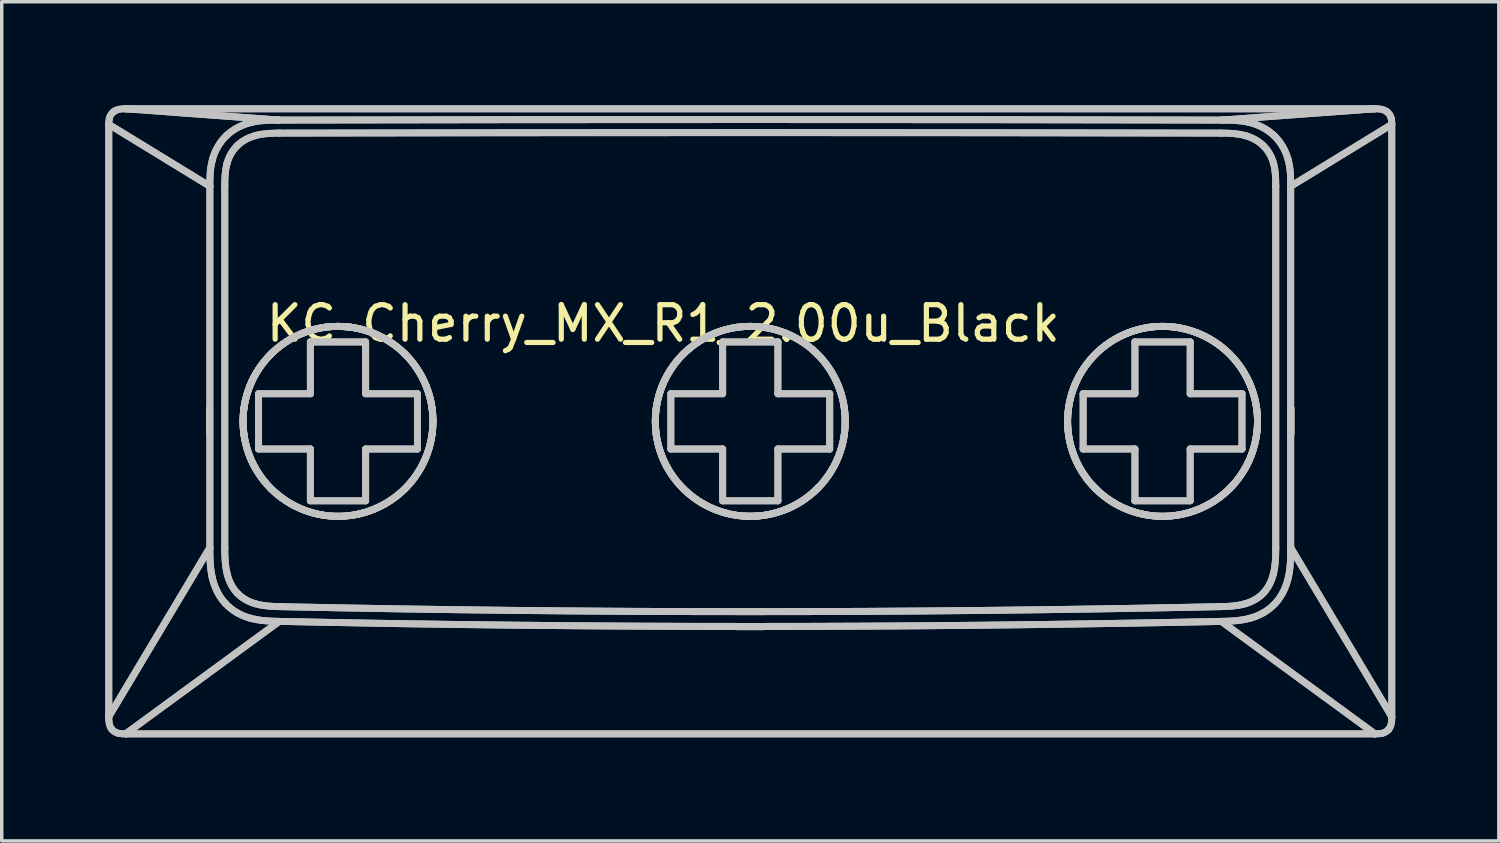
<source format=kicad_pcb>
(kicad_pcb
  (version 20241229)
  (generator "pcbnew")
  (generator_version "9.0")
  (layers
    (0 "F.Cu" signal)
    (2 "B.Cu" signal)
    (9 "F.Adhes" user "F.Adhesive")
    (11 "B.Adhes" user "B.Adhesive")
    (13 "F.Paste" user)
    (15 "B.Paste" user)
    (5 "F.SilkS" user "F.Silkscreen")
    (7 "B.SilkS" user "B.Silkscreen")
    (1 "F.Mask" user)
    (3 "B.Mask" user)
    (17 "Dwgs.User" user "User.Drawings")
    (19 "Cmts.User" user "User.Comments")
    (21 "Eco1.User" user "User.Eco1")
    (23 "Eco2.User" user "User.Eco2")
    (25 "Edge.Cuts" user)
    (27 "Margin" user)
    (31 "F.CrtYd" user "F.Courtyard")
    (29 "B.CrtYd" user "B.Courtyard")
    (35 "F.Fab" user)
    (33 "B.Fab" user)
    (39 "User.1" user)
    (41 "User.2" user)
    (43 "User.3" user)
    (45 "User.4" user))
  (footprint "KC_Cherry_MX_R1_2.00u_Black"
    (layer "F.Cu")
    (at 18.695 9.111)
    (property "Reference" "KC_Cherry_MX_R1_2.00u_Black" (at -2.54 -2.794 0) (layer "F.SilkS") (effects (font (size 1 1) (thickness 0.15))))
    (attr allow_missing_courtyard)
    (fp_line (start -18.595 -8.559) (end -15.668 -6.767) (stroke (width 0.2) (type default)) (layer "Dwgs.User"))
    (fp_line (start -18.595 -8.559) (end -15.668 -6.767) (stroke (width 0.2) (type default)) (layer "Dwgs.User"))
    (fp_line (start -18.595 8.592) (end -18.595 -8.559) (stroke (width 0.2) (type default)) (layer "Dwgs.User"))
    (fp_line (start -18.595 8.592) (end -18.595 -8.559) (stroke (width 0.2) (type default)) (layer "Dwgs.User"))
    (fp_line (start -18.595 8.592) (end -15.668 3.695) (stroke (width 0.2) (type default)) (layer "Dwgs.User"))
    (fp_line (start -18.595 8.592) (end -15.668 3.695) (stroke (width 0.2) (type default)) (layer "Dwgs.User"))
    (fp_line (start -18.107 9.089) (end -13.659 5.832) (stroke (width 0.2) (type default)) (layer "Dwgs.User"))
    (fp_line (start -18.107 9.089) (end -13.659 5.832) (stroke (width 0.2) (type default)) (layer "Dwgs.User"))
    (fp_line (start -18.102 -9.011) (end -13.668 -8.684) (stroke (width 0.2) (type default)) (layer "Dwgs.User"))
    (fp_line (start -18.102 -9.011) (end -13.668 -8.684) (stroke (width 0.2) (type default)) (layer "Dwgs.User"))
    (fp_line (start -18.102 -9.011) (end 18.062 -9.011) (stroke (width 0.2) (type default)) (layer "Dwgs.User"))
    (fp_line (start -18.102 -9.011) (end 18.062 -9.011) (stroke (width 0.2) (type default)) (layer "Dwgs.User"))
    (fp_line (start -15.676 0.413) (end -15.676 -0.337) (stroke (width 0.2) (type default)) (layer "Dwgs.User"))
    (fp_line (start -15.676 0.413) (end -15.676 -0.337) (stroke (width 0.2) (type default)) (layer "Dwgs.User"))
    (fp_line (start -15.668 -6.767) (end -15.668 3.695) (stroke (width 0.2) (type default)) (layer "Dwgs.User"))
    (fp_line (start -15.668 -6.767) (end -15.668 3.695) (stroke (width 0.2) (type default)) (layer "Dwgs.User"))
    (fp_line (start -15.236 -6.767) (end -15.236 3.695) (stroke (width 0.2) (type default)) (layer "Dwgs.User"))
    (fp_line (start -15.236 -6.767) (end -15.236 3.695) (stroke (width 0.2) (type default)) (layer "Dwgs.User"))
    (fp_line (start -14.258 -0.76) (end -12.758 -0.76) (stroke (width 0.2) (type default)) (layer "Dwgs.User"))
    (fp_line (start -14.258 -0.76) (end -12.758 -0.76) (stroke (width 0.2) (type default)) (layer "Dwgs.User"))
    (fp_line (start -14.258 0.84) (end -14.258 -0.76) (stroke (width 0.2) (type default)) (layer "Dwgs.User"))
    (fp_line (start -14.258 0.84) (end -14.258 -0.76) (stroke (width 0.2) (type default)) (layer "Dwgs.User"))
    (fp_line (start -12.758 -2.26) (end -11.158 -2.26) (stroke (width 0.2) (type default)) (layer "Dwgs.User"))
    (fp_line (start -12.758 -2.26) (end -11.158 -2.26) (stroke (width 0.2) (type default)) (layer "Dwgs.User"))
    (fp_line (start -12.758 -0.76) (end -12.758 -2.26) (stroke (width 0.2) (type default)) (layer "Dwgs.User"))
    (fp_line (start -12.758 -0.76) (end -12.758 -2.26) (stroke (width 0.2) (type default)) (layer "Dwgs.User"))
    (fp_line (start -12.758 0.84) (end -14.258 0.84) (stroke (width 0.2) (type default)) (layer "Dwgs.User"))
    (fp_line (start -12.758 0.84) (end -14.258 0.84) (stroke (width 0.2) (type default)) (layer "Dwgs.User"))
    (fp_line (start -12.758 2.34) (end -12.758 0.84) (stroke (width 0.2) (type default)) (layer "Dwgs.User"))
    (fp_line (start -12.758 2.34) (end -12.758 0.84) (stroke (width 0.2) (type default)) (layer "Dwgs.User"))
    (fp_line (start -11.583 -2.685) (end -11.958 -2.711) (stroke (width 0.2) (type default)) (layer "Dwgs.User"))
    (fp_line (start -11.583 2.764) (end -11.376 2.727) (stroke (width 0.2) (type default)) (layer "Dwgs.User"))
    (fp_line (start -11.583 2.764) (end -11.376 2.727) (stroke (width 0.2) (type default)) (layer "Dwgs.User"))
    (fp_line (start -11.158 -2.26) (end -11.158 -0.76) (stroke (width 0.2) (type default)) (layer "Dwgs.User"))
    (fp_line (start -11.158 -2.26) (end -11.158 -0.76) (stroke (width 0.2) (type default)) (layer "Dwgs.User"))
    (fp_line (start -11.158 -0.76) (end -9.658 -0.76) (stroke (width 0.2) (type default)) (layer "Dwgs.User"))
    (fp_line (start -11.158 -0.76) (end -9.658 -0.76) (stroke (width 0.2) (type default)) (layer "Dwgs.User"))
    (fp_line (start -11.158 0.84) (end -11.158 2.34) (stroke (width 0.2) (type default)) (layer "Dwgs.User"))
    (fp_line (start -11.158 0.84) (end -11.158 2.34) (stroke (width 0.2) (type default)) (layer "Dwgs.User"))
    (fp_line (start -11.158 2.34) (end -12.758 2.34) (stroke (width 0.2) (type default)) (layer "Dwgs.User"))
    (fp_line (start -11.158 2.34) (end -12.758 2.34) (stroke (width 0.2) (type default)) (layer "Dwgs.User"))
    (fp_line (start -9.658 -0.76) (end -9.658 0.84) (stroke (width 0.2) (type default)) (layer "Dwgs.User"))
    (fp_line (start -9.658 -0.76) (end -9.658 0.84) (stroke (width 0.2) (type default)) (layer "Dwgs.User"))
    (fp_line (start -9.658 0.84) (end -11.158 0.84) (stroke (width 0.2) (type default)) (layer "Dwgs.User"))
    (fp_line (start -9.658 0.84) (end -11.158 0.84) (stroke (width 0.2) (type default)) (layer "Dwgs.User"))
    (fp_line (start -2.32 -0.76) (end -0.82 -0.76) (stroke (width 0.2) (type default)) (layer "Dwgs.User"))
    (fp_line (start -2.32 -0.76) (end -0.82 -0.76) (stroke (width 0.2) (type default)) (layer "Dwgs.User"))
    (fp_line (start -2.32 0.84) (end -2.32 -0.76) (stroke (width 0.2) (type default)) (layer "Dwgs.User"))
    (fp_line (start -2.32 0.84) (end -2.32 -0.76) (stroke (width 0.2) (type default)) (layer "Dwgs.User"))
    (fp_line (start -0.82 -2.26) (end 0.78 -2.26) (stroke (width 0.2) (type default)) (layer "Dwgs.User"))
    (fp_line (start -0.82 -2.26) (end 0.78 -2.26) (stroke (width 0.2) (type default)) (layer "Dwgs.User"))
    (fp_line (start -0.82 -0.76) (end -0.82 -2.26) (stroke (width 0.2) (type default)) (layer "Dwgs.User"))
    (fp_line (start -0.82 -0.76) (end -0.82 -2.26) (stroke (width 0.2) (type default)) (layer "Dwgs.User"))
    (fp_line (start -0.82 0.84) (end -2.32 0.84) (stroke (width 0.2) (type default)) (layer "Dwgs.User"))
    (fp_line (start -0.82 0.84) (end -2.32 0.84) (stroke (width 0.2) (type default)) (layer "Dwgs.User"))
    (fp_line (start -0.82 2.34) (end -0.82 0.84) (stroke (width 0.2) (type default)) (layer "Dwgs.User"))
    (fp_line (start -0.82 2.34) (end -0.82 0.84) (stroke (width 0.2) (type default)) (layer "Dwgs.User"))
    (fp_line (start -0.395 2.764) (end -0.02 2.789) (stroke (width 0.2) (type default)) (layer "Dwgs.User"))
    (fp_line (start -0.395 5.986) (end 0.355 5.986) (stroke (width 0.2) (type default)) (layer "Dwgs.User"))
    (fp_line (start -0.395 5.986) (end 0.355 5.986) (stroke (width 0.2) (type default)) (layer "Dwgs.User"))
    (fp_line (start -0.02 2.789) (end 0.355 2.764) (stroke (width 0.2) (type default)) (layer "Dwgs.User"))
    (fp_line (start 0.78 -2.26) (end 0.78 -0.76) (stroke (width 0.2) (type default)) (layer "Dwgs.User"))
    (fp_line (start 0.78 -2.26) (end 0.78 -0.76) (stroke (width 0.2) (type default)) (layer "Dwgs.User"))
    (fp_line (start 0.78 -0.76) (end 2.28 -0.76) (stroke (width 0.2) (type default)) (layer "Dwgs.User"))
    (fp_line (start 0.78 -0.76) (end 2.28 -0.76) (stroke (width 0.2) (type default)) (layer "Dwgs.User"))
    (fp_line (start 0.78 0.84) (end 0.78 2.34) (stroke (width 0.2) (type default)) (layer "Dwgs.User"))
    (fp_line (start 0.78 0.84) (end 0.78 2.34) (stroke (width 0.2) (type default)) (layer "Dwgs.User"))
    (fp_line (start 0.78 2.34) (end -0.82 2.34) (stroke (width 0.2) (type default)) (layer "Dwgs.User"))
    (fp_line (start 0.78 2.34) (end -0.82 2.34) (stroke (width 0.2) (type default)) (layer "Dwgs.User"))
    (fp_line (start 2.28 -0.76) (end 2.28 0.84) (stroke (width 0.2) (type default)) (layer "Dwgs.User"))
    (fp_line (start 2.28 -0.76) (end 2.28 0.84) (stroke (width 0.2) (type default)) (layer "Dwgs.User"))
    (fp_line (start 2.28 0.84) (end 0.78 0.84) (stroke (width 0.2) (type default)) (layer "Dwgs.User"))
    (fp_line (start 2.28 0.84) (end 0.78 0.84) (stroke (width 0.2) (type default)) (layer "Dwgs.User"))
    (fp_line (start 9.618 -0.76) (end 11.118 -0.76) (stroke (width 0.2) (type default)) (layer "Dwgs.User"))
    (fp_line (start 9.618 -0.76) (end 11.118 -0.76) (stroke (width 0.2) (type default)) (layer "Dwgs.User"))
    (fp_line (start 9.618 0.84) (end 9.618 -0.76) (stroke (width 0.2) (type default)) (layer "Dwgs.User"))
    (fp_line (start 9.618 0.84) (end 9.618 -0.76) (stroke (width 0.2) (type default)) (layer "Dwgs.User"))
    (fp_line (start 11.118 -2.26) (end 12.718 -2.26) (stroke (width 0.2) (type default)) (layer "Dwgs.User"))
    (fp_line (start 11.118 -2.26) (end 12.718 -2.26) (stroke (width 0.2) (type default)) (layer "Dwgs.User"))
    (fp_line (start 11.118 -0.76) (end 11.118 -2.26) (stroke (width 0.2) (type default)) (layer "Dwgs.User"))
    (fp_line (start 11.118 -0.76) (end 11.118 -2.26) (stroke (width 0.2) (type default)) (layer "Dwgs.User"))
    (fp_line (start 11.118 0.84) (end 9.618 0.84) (stroke (width 0.2) (type default)) (layer "Dwgs.User"))
    (fp_line (start 11.118 0.84) (end 9.618 0.84) (stroke (width 0.2) (type default)) (layer "Dwgs.User"))
    (fp_line (start 11.118 2.34) (end 11.118 0.84) (stroke (width 0.2) (type default)) (layer "Dwgs.User"))
    (fp_line (start 11.118 2.34) (end 11.118 0.84) (stroke (width 0.2) (type default)) (layer "Dwgs.User"))
    (fp_line (start 12.718 -2.26) (end 12.718 -0.76) (stroke (width 0.2) (type default)) (layer "Dwgs.User"))
    (fp_line (start 12.718 -2.26) (end 12.718 -0.76) (stroke (width 0.2) (type default)) (layer "Dwgs.User"))
    (fp_line (start 12.718 -0.76) (end 14.218 -0.76) (stroke (width 0.2) (type default)) (layer "Dwgs.User"))
    (fp_line (start 12.718 -0.76) (end 14.218 -0.76) (stroke (width 0.2) (type default)) (layer "Dwgs.User"))
    (fp_line (start 12.718 0.84) (end 12.718 2.34) (stroke (width 0.2) (type default)) (layer "Dwgs.User"))
    (fp_line (start 12.718 0.84) (end 12.718 2.34) (stroke (width 0.2) (type default)) (layer "Dwgs.User"))
    (fp_line (start 12.718 2.34) (end 11.118 2.34) (stroke (width 0.2) (type default)) (layer "Dwgs.User"))
    (fp_line (start 12.718 2.34) (end 11.118 2.34) (stroke (width 0.2) (type default)) (layer "Dwgs.User"))
    (fp_line (start 13.628 -8.684) (end 18.062 -9.011) (stroke (width 0.2) (type default)) (layer "Dwgs.User"))
    (fp_line (start 13.628 -8.684) (end 18.062 -9.011) (stroke (width 0.2) (type default)) (layer "Dwgs.User"))
    (fp_line (start 14.218 -0.76) (end 14.218 0.84) (stroke (width 0.2) (type default)) (layer "Dwgs.User"))
    (fp_line (start 14.218 -0.76) (end 14.218 0.84) (stroke (width 0.2) (type default)) (layer "Dwgs.User"))
    (fp_line (start 14.218 0.84) (end 12.718 0.84) (stroke (width 0.2) (type default)) (layer "Dwgs.User"))
    (fp_line (start 14.218 0.84) (end 12.718 0.84) (stroke (width 0.2) (type default)) (layer "Dwgs.User"))
    (fp_line (start 15.196 3.695) (end 15.196 -6.767) (stroke (width 0.2) (type default)) (layer "Dwgs.User"))
    (fp_line (start 15.196 3.695) (end 15.196 -6.767) (stroke (width 0.2) (type default)) (layer "Dwgs.User"))
    (fp_line (start 15.628 -6.767) (end 18.555 -8.559) (stroke (width 0.2) (type default)) (layer "Dwgs.User"))
    (fp_line (start 15.628 -6.767) (end 18.555 -8.559) (stroke (width 0.2) (type default)) (layer "Dwgs.User"))
    (fp_line (start 15.628 3.695) (end 15.628 -6.767) (stroke (width 0.2) (type default)) (layer "Dwgs.User"))
    (fp_line (start 15.628 3.695) (end 15.628 -6.767) (stroke (width 0.2) (type default)) (layer "Dwgs.User"))
    (fp_line (start 15.636 0.413) (end 15.636 -0.337) (stroke (width 0.2) (type default)) (layer "Dwgs.User"))
    (fp_line (start 15.636 0.413) (end 15.636 -0.337) (stroke (width 0.2) (type default)) (layer "Dwgs.User"))
    (fp_line (start 18.067 9.089) (end -18.107 9.089) (stroke (width 0.2) (type default)) (layer "Dwgs.User"))
    (fp_line (start 18.067 9.089) (end -18.107 9.089) (stroke (width 0.2) (type default)) (layer "Dwgs.User"))
    (fp_line (start 18.067 9.089) (end 13.619 5.832) (stroke (width 0.2) (type default)) (layer "Dwgs.User"))
    (fp_line (start 18.067 9.089) (end 13.619 5.832) (stroke (width 0.2) (type default)) (layer "Dwgs.User"))
    (fp_line (start 18.555 -8.559) (end 18.555 8.592) (stroke (width 0.2) (type default)) (layer "Dwgs.User"))
    (fp_line (start 18.555 -8.559) (end 18.555 8.592) (stroke (width 0.2) (type default)) (layer "Dwgs.User"))
    (fp_line (start 18.555 8.592) (end 15.628 3.695) (stroke (width 0.2) (type default)) (layer "Dwgs.User"))
    (fp_line (start 18.555 8.592) (end 15.628 3.695) (stroke (width 0.2) (type default)) (layer "Dwgs.User"))
    (fp_curve (pts (xy -18.595 -8.559) (xy -18.597 -8.618) (xy -18.592 -8.677) (xy -18.579 -8.735)) (stroke (width 0.2) (type default)) (layer "Dwgs.User"))
    (fp_curve (pts (xy -18.595 -8.559) (xy -18.597 -8.618) (xy -18.592 -8.677) (xy -18.579 -8.735)) (stroke (width 0.2) (type default)) (layer "Dwgs.User"))
    (fp_curve (pts (xy -18.579 -8.735) (xy -18.561 -8.808) (xy -18.522 -8.869) (xy -18.465 -8.917)) (stroke (width 0.2) (type default)) (layer "Dwgs.User"))
    (fp_curve (pts (xy -18.579 -8.735) (xy -18.561 -8.808) (xy -18.522 -8.869) (xy -18.465 -8.917)) (stroke (width 0.2) (type default)) (layer "Dwgs.User"))
    (fp_curve (pts (xy -18.501 8.963) (xy -18.589 8.861) (xy -18.597 8.72) (xy -18.595 8.592)) (stroke (width 0.2) (type default)) (layer "Dwgs.User"))
    (fp_curve (pts (xy -18.501 8.963) (xy -18.589 8.861) (xy -18.597 8.72) (xy -18.595 8.592)) (stroke (width 0.2) (type default)) (layer "Dwgs.User"))
    (fp_curve (pts (xy -18.465 -8.917) (xy -18.365 -9.001) (xy -18.228 -9.014) (xy -18.102 -9.011)) (stroke (width 0.2) (type default)) (layer "Dwgs.User"))
    (fp_curve (pts (xy -18.465 -8.917) (xy -18.365 -9.001) (xy -18.228 -9.014) (xy -18.102 -9.011)) (stroke (width 0.2) (type default)) (layer "Dwgs.User"))
    (fp_curve (pts (xy -18.307 9.074) (xy -18.384 9.058) (xy -18.449 9.021) (xy -18.501 8.963)) (stroke (width 0.2) (type default)) (layer "Dwgs.User"))
    (fp_curve (pts (xy -18.307 9.074) (xy -18.384 9.058) (xy -18.449 9.021) (xy -18.501 8.963)) (stroke (width 0.2) (type default)) (layer "Dwgs.User"))
    (fp_curve (pts (xy -18.107 9.089) (xy -18.174 9.091) (xy -18.241 9.086) (xy -18.307 9.074)) (stroke (width 0.2) (type default)) (layer "Dwgs.User"))
    (fp_curve (pts (xy -18.107 9.089) (xy -18.174 9.091) (xy -18.241 9.086) (xy -18.307 9.074)) (stroke (width 0.2) (type default)) (layer "Dwgs.User"))
    (fp_curve (pts (xy -15.668 -6.767) (xy -15.668 -6.99) (xy -15.671 -7.257) (xy -15.592 -7.545)) (stroke (width 0.2) (type default)) (layer "Dwgs.User"))
    (fp_curve (pts (xy -15.668 -6.767) (xy -15.668 -6.99) (xy -15.671 -7.257) (xy -15.592 -7.545)) (stroke (width 0.2) (type default)) (layer "Dwgs.User"))
    (fp_curve (pts (xy -15.601 4.553) (xy -15.671 4.241) (xy -15.667 3.953) (xy -15.668 3.695)) (stroke (width 0.2) (type default)) (layer "Dwgs.User"))
    (fp_curve (pts (xy -15.601 4.553) (xy -15.671 4.241) (xy -15.667 3.953) (xy -15.668 3.695)) (stroke (width 0.2) (type default)) (layer "Dwgs.User"))
    (fp_curve (pts (xy -15.592 -7.545) (xy -15.526 -7.795) (xy -15.383 -8.053) (xy -15.18 -8.241)) (stroke (width 0.2) (type default)) (layer "Dwgs.User"))
    (fp_curve (pts (xy -15.592 -7.545) (xy -15.526 -7.795) (xy -15.383 -8.053) (xy -15.18 -8.241)) (stroke (width 0.2) (type default)) (layer "Dwgs.User"))
    (fp_curve (pts (xy -15.236 -6.767) (xy -15.236 -6.991) (xy -15.231 -7.218) (xy -15.17 -7.435)) (stroke (width 0.2) (type default)) (layer "Dwgs.User"))
    (fp_curve (pts (xy -15.236 -6.767) (xy -15.236 -6.991) (xy -15.231 -7.218) (xy -15.17 -7.435)) (stroke (width 0.2) (type default)) (layer "Dwgs.User"))
    (fp_curve (pts (xy -15.219 5.312) (xy -15.431 5.083) (xy -15.546 4.804) (xy -15.601 4.553)) (stroke (width 0.2) (type default)) (layer "Dwgs.User"))
    (fp_curve (pts (xy -15.219 5.312) (xy -15.431 5.083) (xy -15.546 4.804) (xy -15.601 4.553)) (stroke (width 0.2) (type default)) (layer "Dwgs.User"))
    (fp_curve (pts (xy -15.18 -8.241) (xy -14.971 -8.438) (xy -14.713 -8.557) (xy -14.468 -8.616)) (stroke (width 0.2) (type default)) (layer "Dwgs.User"))
    (fp_curve (pts (xy -15.18 -8.241) (xy -14.971 -8.438) (xy -14.713 -8.557) (xy -14.468 -8.616)) (stroke (width 0.2) (type default)) (layer "Dwgs.User"))
    (fp_curve (pts (xy -15.17 -7.435) (xy -15.118 -7.624) (xy -15.019 -7.801) (xy -14.879 -7.939)) (stroke (width 0.2) (type default)) (layer "Dwgs.User"))
    (fp_curve (pts (xy -15.17 -7.435) (xy -15.118 -7.624) (xy -15.019 -7.801) (xy -14.879 -7.939)) (stroke (width 0.2) (type default)) (layer "Dwgs.User"))
    (fp_curve (pts (xy -15.165 4.465) (xy -15.23 4.215) (xy -15.236 3.953) (xy -15.236 3.695)) (stroke (width 0.2) (type default)) (layer "Dwgs.User"))
    (fp_curve (pts (xy -15.165 4.465) (xy -15.23 4.215) (xy -15.236 3.953) (xy -15.236 3.695)) (stroke (width 0.2) (type default)) (layer "Dwgs.User"))
    (fp_curve (pts (xy -14.88 5.581) (xy -15.005 5.509) (xy -15.118 5.42) (xy -15.219 5.312)) (stroke (width 0.2) (type default)) (layer "Dwgs.User"))
    (fp_curve (pts (xy -14.88 5.581) (xy -15.005 5.509) (xy -15.118 5.42) (xy -15.219 5.312)) (stroke (width 0.2) (type default)) (layer "Dwgs.User"))
    (fp_curve (pts (xy -14.879 -7.939) (xy -14.735 -8.082) (xy -14.55 -8.18) (xy -14.354 -8.234)) (stroke (width 0.2) (type default)) (layer "Dwgs.User"))
    (fp_curve (pts (xy -14.879 -7.939) (xy -14.735 -8.082) (xy -14.55 -8.18) (xy -14.354 -8.234)) (stroke (width 0.2) (type default)) (layer "Dwgs.User"))
    (fp_curve (pts (xy -14.875 5.014) (xy -15.02 4.862) (xy -15.114 4.668) (xy -15.165 4.465)) (stroke (width 0.2) (type default)) (layer "Dwgs.User"))
    (fp_curve (pts (xy -14.875 5.014) (xy -15.02 4.862) (xy -15.114 4.668) (xy -15.165 4.465)) (stroke (width 0.2) (type default)) (layer "Dwgs.User"))
    (fp_curve (pts (xy -14.708 0.039) (xy -14.708 0.363) (xy -14.649 0.713) (xy -14.515 1.052)) (stroke (width 0.2) (type default)) (layer "Dwgs.User"))
    (fp_curve (pts (xy -14.708 0.039) (xy -14.708 0.363) (xy -14.649 0.713) (xy -14.515 1.052)) (stroke (width 0.2) (type default)) (layer "Dwgs.User"))
    (fp_curve (pts (xy -14.682 -0.337) (xy -14.716 -0.087) (xy -14.717 0.163) (xy -14.682 0.413)) (stroke (width 0.2) (type default)) (layer "Dwgs.User"))
    (fp_curve (pts (xy -14.682 -0.337) (xy -14.716 -0.087) (xy -14.717 0.163) (xy -14.682 0.413)) (stroke (width 0.2) (type default)) (layer "Dwgs.User"))
    (fp_curve (pts (xy -14.682 -0.337) (xy -14.638 -0.655) (xy -14.55 -0.903) (xy -14.462 -1.099)) (stroke (width 0.2) (type default)) (layer "Dwgs.User"))
    (fp_curve (pts (xy -14.682 -0.337) (xy -14.638 -0.655) (xy -14.55 -0.903) (xy -14.462 -1.099)) (stroke (width 0.2) (type default)) (layer "Dwgs.User"))
    (fp_curve (pts (xy -14.515 -0.973) (xy -14.649 -0.634) (xy -14.708 -0.284) (xy -14.708 0.039)) (stroke (width 0.2) (type default)) (layer "Dwgs.User"))
    (fp_curve (pts (xy -14.515 -0.973) (xy -14.649 -0.634) (xy -14.708 -0.284) (xy -14.708 0.039)) (stroke (width 0.2) (type default)) (layer "Dwgs.User"))
    (fp_curve (pts (xy -14.515 1.052) (xy -14.382 1.39) (xy -14.172 1.716) (xy -13.903 1.984)) (stroke (width 0.2) (type default)) (layer "Dwgs.User"))
    (fp_curve (pts (xy -14.515 1.052) (xy -14.382 1.39) (xy -14.172 1.716) (xy -13.903 1.984)) (stroke (width 0.2) (type default)) (layer "Dwgs.User"))
    (fp_curve (pts (xy -14.486 5.742) (xy -14.617 5.708) (xy -14.749 5.655) (xy -14.88 5.581)) (stroke (width 0.2) (type default)) (layer "Dwgs.User"))
    (fp_curve (pts (xy -14.486 5.742) (xy -14.617 5.708) (xy -14.749 5.655) (xy -14.88 5.581)) (stroke (width 0.2) (type default)) (layer "Dwgs.User"))
    (fp_curve (pts (xy -14.468 -8.616) (xy -14.177 -8.685) (xy -13.908 -8.683) (xy -13.668 -8.684)) (stroke (width 0.2) (type default)) (layer "Dwgs.User"))
    (fp_curve (pts (xy -14.468 -8.616) (xy -14.177 -8.685) (xy -13.908 -8.683) (xy -13.668 -8.684)) (stroke (width 0.2) (type default)) (layer "Dwgs.User"))
    (fp_curve (pts (xy -14.462 1.177) (xy -14.55 0.981) (xy -14.638 0.732) (xy -14.682 0.413)) (stroke (width 0.2) (type default)) (layer "Dwgs.User"))
    (fp_curve (pts (xy -14.462 1.177) (xy -14.55 0.981) (xy -14.638 0.732) (xy -14.682 0.413)) (stroke (width 0.2) (type default)) (layer "Dwgs.User"))
    (fp_curve (pts (xy -14.462 1.177) (xy -14.288 1.562) (xy -14.003 1.939) (xy -13.627 2.225)) (stroke (width 0.2) (type default)) (layer "Dwgs.User"))
    (fp_curve (pts (xy -14.462 1.177) (xy -14.288 1.562) (xy -14.003 1.939) (xy -13.627 2.225)) (stroke (width 0.2) (type default)) (layer "Dwgs.User"))
    (fp_curve (pts (xy -14.357 5.319) (xy -14.551 5.263) (xy -14.735 5.162) (xy -14.875 5.014)) (stroke (width 0.2) (type default)) (layer "Dwgs.User"))
    (fp_curve (pts (xy -14.357 5.319) (xy -14.551 5.263) (xy -14.735 5.162) (xy -14.875 5.014)) (stroke (width 0.2) (type default)) (layer "Dwgs.User"))
    (fp_curve (pts (xy -14.354 -8.234) (xy -14.123 -8.299) (xy -13.883 -8.306) (xy -13.644 -8.307)) (stroke (width 0.2) (type default)) (layer "Dwgs.User"))
    (fp_curve (pts (xy -14.354 -8.234) (xy -14.123 -8.299) (xy -13.883 -8.306) (xy -13.644 -8.307)) (stroke (width 0.2) (type default)) (layer "Dwgs.User"))
    (fp_curve (pts (xy -13.903 -1.905) (xy -14.172 -1.637) (xy -14.382 -1.311) (xy -14.515 -0.973)) (stroke (width 0.2) (type default)) (layer "Dwgs.User"))
    (fp_curve (pts (xy -13.903 -1.905) (xy -14.172 -1.637) (xy -14.382 -1.311) (xy -14.515 -0.973)) (stroke (width 0.2) (type default)) (layer "Dwgs.User"))
    (fp_curve (pts (xy -13.903 1.984) (xy -13.634 2.253) (xy -13.309 2.463) (xy -12.97 2.596)) (stroke (width 0.2) (type default)) (layer "Dwgs.User"))
    (fp_curve (pts (xy -13.903 1.984) (xy -13.634 2.253) (xy -13.309 2.463) (xy -12.97 2.596)) (stroke (width 0.2) (type default)) (layer "Dwgs.User"))
    (fp_curve (pts (xy -13.659 5.832) (xy -13.903 5.826) (xy -14.181 5.823) (xy -14.486 5.742)) (stroke (width 0.2) (type default)) (layer "Dwgs.User"))
    (fp_curve (pts (xy -13.659 5.832) (xy -13.903 5.826) (xy -14.181 5.823) (xy -14.486 5.742)) (stroke (width 0.2) (type default)) (layer "Dwgs.User"))
    (fp_curve (pts (xy -13.659 5.832) (xy -4.579 6.027) (xy 4.539 6.027) (xy 13.619 5.832)) (stroke (width 0.2) (type default)) (layer "Dwgs.User"))
    (fp_curve (pts (xy -13.659 5.832) (xy -4.579 6.027) (xy 4.539 6.027) (xy 13.619 5.832)) (stroke (width 0.2) (type default)) (layer "Dwgs.User"))
    (fp_curve (pts (xy -13.631 5.405) (xy -13.875 5.4) (xy -14.122 5.389) (xy -14.357 5.319)) (stroke (width 0.2) (type default)) (layer "Dwgs.User"))
    (fp_curve (pts (xy -13.631 5.405) (xy -13.875 5.4) (xy -14.122 5.389) (xy -14.357 5.319)) (stroke (width 0.2) (type default)) (layer "Dwgs.User"))
    (fp_curve (pts (xy -13.631 5.405) (xy -4.57 5.599) (xy 4.53 5.599) (xy 13.591 5.405)) (stroke (width 0.2) (type default)) (layer "Dwgs.User"))
    (fp_curve (pts (xy -13.631 5.405) (xy -4.57 5.599) (xy 4.53 5.599) (xy 13.591 5.405)) (stroke (width 0.2) (type default)) (layer "Dwgs.User"))
    (fp_curve (pts (xy -13.627 2.225) (xy -13.253 2.513) (xy -12.792 2.702) (xy -12.333 2.764)) (stroke (width 0.2) (type default)) (layer "Dwgs.User"))
    (fp_curve (pts (xy -13.627 2.225) (xy -13.253 2.513) (xy -12.792 2.702) (xy -12.333 2.764)) (stroke (width 0.2) (type default)) (layer "Dwgs.User"))
    (fp_curve (pts (xy -13.601 -2.166) (xy -13.981 -1.884) (xy -14.28 -1.502) (xy -14.462 -1.099)) (stroke (width 0.2) (type default)) (layer "Dwgs.User"))
    (fp_curve (pts (xy -13.601 -2.166) (xy -13.981 -1.884) (xy -14.28 -1.502) (xy -14.462 -1.099)) (stroke (width 0.2) (type default)) (layer "Dwgs.User"))
    (fp_curve (pts (xy -12.97 -2.518) (xy -13.309 -2.384) (xy -13.634 -2.174) (xy -13.903 -1.905)) (stroke (width 0.2) (type default)) (layer "Dwgs.User"))
    (fp_curve (pts (xy -12.97 -2.518) (xy -13.309 -2.384) (xy -13.634 -2.174) (xy -13.903 -1.905)) (stroke (width 0.2) (type default)) (layer "Dwgs.User"))
    (fp_curve (pts (xy -12.97 2.596) (xy -12.631 2.731) (xy -12.282 2.79) (xy -11.958 2.789)) (stroke (width 0.2) (type default)) (layer "Dwgs.User"))
    (fp_curve (pts (xy -12.97 2.596) (xy -12.631 2.731) (xy -12.282 2.79) (xy -11.958 2.789)) (stroke (width 0.2) (type default)) (layer "Dwgs.User"))
    (fp_curve (pts (xy -12.333 -2.685) (xy -12.771 -2.626) (xy -13.223 -2.449) (xy -13.601 -2.166)) (stroke (width 0.2) (type default)) (layer "Dwgs.User"))
    (fp_curve (pts (xy -12.333 -2.685) (xy -12.771 -2.626) (xy -13.223 -2.449) (xy -13.601 -2.166)) (stroke (width 0.2) (type default)) (layer "Dwgs.User"))
    (fp_curve (pts (xy -11.958 -2.711) (xy -12.282 -2.711) (xy -12.631 -2.652) (xy -12.97 -2.518)) (stroke (width 0.2) (type default)) (layer "Dwgs.User"))
    (fp_curve (pts (xy -11.958 -2.711) (xy -12.282 -2.711) (xy -12.631 -2.652) (xy -12.97 -2.518)) (stroke (width 0.2) (type default)) (layer "Dwgs.User"))
    (fp_curve (pts (xy -11.958 2.789) (xy -11.634 2.79) (xy -11.285 2.731) (xy -10.946 2.596)) (stroke (width 0.2) (type default)) (layer "Dwgs.User"))
    (fp_curve (pts (xy -11.958 2.789) (xy -11.634 2.79) (xy -11.285 2.731) (xy -10.946 2.596)) (stroke (width 0.2) (type default)) (layer "Dwgs.User"))
    (fp_curve (pts (xy -11.583 -2.685) (xy -11.833 -2.719) (xy -12.083 -2.719) (xy -12.333 -2.685)) (stroke (width 0.2) (type default)) (layer "Dwgs.User"))
    (fp_curve (pts (xy -11.583 -2.685) (xy -11.833 -2.719) (xy -12.083 -2.719) (xy -12.333 -2.685)) (stroke (width 0.2) (type default)) (layer "Dwgs.User"))
    (fp_curve (pts (xy -11.583 2.764) (xy -11.833 2.798) (xy -12.083 2.798) (xy -12.333 2.764)) (stroke (width 0.2) (type default)) (layer "Dwgs.User"))
    (fp_curve (pts (xy -11.583 2.764) (xy -11.833 2.798) (xy -12.083 2.798) (xy -12.333 2.764)) (stroke (width 0.2) (type default)) (layer "Dwgs.User"))
    (fp_curve (pts (xy -11.376 2.727) (xy -10.874 2.621) (xy -10.348 2.346) (xy -9.953 1.921)) (stroke (width 0.2) (type default)) (layer "Dwgs.User"))
    (fp_curve (pts (xy -11.376 2.727) (xy -10.874 2.621) (xy -10.348 2.346) (xy -9.953 1.921)) (stroke (width 0.2) (type default)) (layer "Dwgs.User"))
    (fp_curve (pts (xy -10.946 -2.518) (xy -11.285 -2.652) (xy -11.634 -2.711) (xy -11.958 -2.711)) (stroke (width 0.2) (type default)) (layer "Dwgs.User"))
    (fp_curve (pts (xy -10.946 -2.518) (xy -11.285 -2.652) (xy -11.634 -2.711) (xy -11.958 -2.711)) (stroke (width 0.2) (type default)) (layer "Dwgs.User"))
    (fp_curve (pts (xy -10.946 2.596) (xy -10.607 2.463) (xy -10.282 2.253) (xy -10.013 1.984)) (stroke (width 0.2) (type default)) (layer "Dwgs.User"))
    (fp_curve (pts (xy -10.946 2.596) (xy -10.607 2.463) (xy -10.282 2.253) (xy -10.013 1.984)) (stroke (width 0.2) (type default)) (layer "Dwgs.User"))
    (fp_curve (pts (xy -10.029 -1.921) (xy -10.468 -2.357) (xy -11.048 -2.615) (xy -11.583 -2.685)) (stroke (width 0.2) (type default)) (layer "Dwgs.User"))
    (fp_curve (pts (xy -10.029 -1.921) (xy -10.468 -2.357) (xy -11.048 -2.615) (xy -11.583 -2.685)) (stroke (width 0.2) (type default)) (layer "Dwgs.User"))
    (fp_curve (pts (xy -10.013 -1.905) (xy -10.282 -2.174) (xy -10.607 -2.384) (xy -10.946 -2.518)) (stroke (width 0.2) (type default)) (layer "Dwgs.User"))
    (fp_curve (pts (xy -10.013 -1.905) (xy -10.282 -2.174) (xy -10.607 -2.384) (xy -10.946 -2.518)) (stroke (width 0.2) (type default)) (layer "Dwgs.User"))
    (fp_curve (pts (xy -10.013 1.984) (xy -9.744 1.716) (xy -9.534 1.39) (xy -9.401 1.052)) (stroke (width 0.2) (type default)) (layer "Dwgs.User"))
    (fp_curve (pts (xy -10.013 1.984) (xy -9.744 1.716) (xy -9.534 1.39) (xy -9.401 1.052)) (stroke (width 0.2) (type default)) (layer "Dwgs.User"))
    (fp_curve (pts (xy -9.953 1.921) (xy -9.554 1.501) (xy -9.303 0.945) (xy -9.234 0.413)) (stroke (width 0.2) (type default)) (layer "Dwgs.User"))
    (fp_curve (pts (xy -9.953 1.921) (xy -9.554 1.501) (xy -9.303 0.945) (xy -9.234 0.413)) (stroke (width 0.2) (type default)) (layer "Dwgs.User"))
    (fp_curve (pts (xy -9.401 -0.973) (xy -9.534 -1.311) (xy -9.744 -1.637) (xy -10.013 -1.905)) (stroke (width 0.2) (type default)) (layer "Dwgs.User"))
    (fp_curve (pts (xy -9.401 -0.973) (xy -9.534 -1.311) (xy -9.744 -1.637) (xy -10.013 -1.905)) (stroke (width 0.2) (type default)) (layer "Dwgs.User"))
    (fp_curve (pts (xy -9.401 1.052) (xy -9.267 0.713) (xy -9.208 0.363) (xy -9.208 0.039)) (stroke (width 0.2) (type default)) (layer "Dwgs.User"))
    (fp_curve (pts (xy -9.401 1.052) (xy -9.267 0.713) (xy -9.208 0.363) (xy -9.208 0.039)) (stroke (width 0.2) (type default)) (layer "Dwgs.User"))
    (fp_curve (pts (xy -9.234 -0.337) (xy -9.307 -0.898) (xy -9.585 -1.489) (xy -10.029 -1.921)) (stroke (width 0.2) (type default)) (layer "Dwgs.User"))
    (fp_curve (pts (xy -9.234 -0.337) (xy -9.307 -0.898) (xy -9.585 -1.489) (xy -10.029 -1.921)) (stroke (width 0.2) (type default)) (layer "Dwgs.User"))
    (fp_curve (pts (xy -9.234 0.413) (xy -9.217 0.289) (xy -9.208 0.165) (xy -9.208 0.039)) (stroke (width 0.2) (type default)) (layer "Dwgs.User"))
    (fp_curve (pts (xy -9.234 0.413) (xy -9.217 0.289) (xy -9.208 0.165) (xy -9.208 0.039)) (stroke (width 0.2) (type default)) (layer "Dwgs.User"))
    (fp_curve (pts (xy -9.208 0.039) (xy -9.208 -0.284) (xy -9.267 -0.634) (xy -9.401 -0.973)) (stroke (width 0.2) (type default)) (layer "Dwgs.User"))
    (fp_curve (pts (xy -9.208 0.039) (xy -9.208 -0.284) (xy -9.267 -0.634) (xy -9.401 -0.973)) (stroke (width 0.2) (type default)) (layer "Dwgs.User"))
    (fp_curve (pts (xy -9.208 0.039) (xy -9.208 -0.087) (xy -9.217 -0.212) (xy -9.234 -0.337)) (stroke (width 0.2) (type default)) (layer "Dwgs.User"))
    (fp_curve (pts (xy -9.208 0.039) (xy -9.208 -0.087) (xy -9.217 -0.212) (xy -9.234 -0.337)) (stroke (width 0.2) (type default)) (layer "Dwgs.User"))
    (fp_curve (pts (xy -2.77 0.039) (xy -2.77 0.363) (xy -2.711 0.713) (xy -2.577 1.052)) (stroke (width 0.2) (type default)) (layer "Dwgs.User"))
    (fp_curve (pts (xy -2.77 0.039) (xy -2.77 0.363) (xy -2.711 0.713) (xy -2.577 1.052)) (stroke (width 0.2) (type default)) (layer "Dwgs.User"))
    (fp_curve (pts (xy -2.744 -0.337) (xy -2.778 -0.087) (xy -2.779 0.163) (xy -2.744 0.413)) (stroke (width 0.2) (type default)) (layer "Dwgs.User"))
    (fp_curve (pts (xy -2.744 -0.337) (xy -2.778 -0.087) (xy -2.779 0.163) (xy -2.744 0.413)) (stroke (width 0.2) (type default)) (layer "Dwgs.User"))
    (fp_curve (pts (xy -2.744 -0.337) (xy -2.724 -0.478) (xy -2.695 -0.615) (xy -2.655 -0.747)) (stroke (width 0.2) (type default)) (layer "Dwgs.User"))
    (fp_curve (pts (xy -2.744 -0.337) (xy -2.724 -0.478) (xy -2.695 -0.615) (xy -2.655 -0.747)) (stroke (width 0.2) (type default)) (layer "Dwgs.User"))
    (fp_curve (pts (xy -2.655 -0.747) (xy -2.516 -1.223) (xy -2.222 -1.698) (xy -1.81 -2.048)) (stroke (width 0.2) (type default)) (layer "Dwgs.User"))
    (fp_curve (pts (xy -2.655 -0.747) (xy -2.516 -1.223) (xy -2.222 -1.698) (xy -1.81 -2.048)) (stroke (width 0.2) (type default)) (layer "Dwgs.User"))
    (fp_curve (pts (xy -2.577 -0.973) (xy -2.711 -0.634) (xy -2.77 -0.284) (xy -2.77 0.039)) (stroke (width 0.2) (type default)) (layer "Dwgs.User"))
    (fp_curve (pts (xy -2.577 -0.973) (xy -2.711 -0.634) (xy -2.77 -0.284) (xy -2.77 0.039)) (stroke (width 0.2) (type default)) (layer "Dwgs.User"))
    (fp_curve (pts (xy -2.577 1.052) (xy -2.444 1.39) (xy -2.234 1.716) (xy -1.965 1.984)) (stroke (width 0.2) (type default)) (layer "Dwgs.User"))
    (fp_curve (pts (xy -2.577 1.052) (xy -2.444 1.39) (xy -2.234 1.716) (xy -1.965 1.984)) (stroke (width 0.2) (type default)) (layer "Dwgs.User"))
    (fp_curve (pts (xy -2.431 1.363) (xy -2.591 1.072) (xy -2.699 0.745) (xy -2.744 0.413)) (stroke (width 0.2) (type default)) (layer "Dwgs.User"))
    (fp_curve (pts (xy -2.431 1.363) (xy -2.591 1.072) (xy -2.699 0.745) (xy -2.744 0.413)) (stroke (width 0.2) (type default)) (layer "Dwgs.User"))
    (fp_curve (pts (xy -1.965 -1.905) (xy -2.234 -1.637) (xy -2.444 -1.311) (xy -2.577 -0.973)) (stroke (width 0.2) (type default)) (layer "Dwgs.User"))
    (fp_curve (pts (xy -1.965 -1.905) (xy -2.234 -1.637) (xy -2.444 -1.311) (xy -2.577 -0.973)) (stroke (width 0.2) (type default)) (layer "Dwgs.User"))
    (fp_curve (pts (xy -1.965 1.984) (xy -1.696 2.253) (xy -1.371 2.463) (xy -1.032 2.596)) (stroke (width 0.2) (type default)) (layer "Dwgs.User"))
    (fp_curve (pts (xy -1.965 1.984) (xy -1.696 2.253) (xy -1.371 2.463) (xy -1.032 2.596)) (stroke (width 0.2) (type default)) (layer "Dwgs.User"))
    (fp_curve (pts (xy -1.827 2.112) (xy -2.061 1.909) (xy -2.271 1.655) (xy -2.431 1.363)) (stroke (width 0.2) (type default)) (layer "Dwgs.User"))
    (fp_curve (pts (xy -1.827 2.112) (xy -2.061 1.909) (xy -2.271 1.655) (xy -2.431 1.363)) (stroke (width 0.2) (type default)) (layer "Dwgs.User"))
    (fp_curve (pts (xy -1.81 -2.048) (xy -1.401 -2.402) (xy -0.886 -2.62) (xy -0.395 -2.685)) (stroke (width 0.2) (type default)) (layer "Dwgs.User"))
    (fp_curve (pts (xy -1.81 -2.048) (xy -1.401 -2.402) (xy -0.886 -2.62) (xy -0.395 -2.685)) (stroke (width 0.2) (type default)) (layer "Dwgs.User"))
    (fp_curve (pts (xy -1.032 -2.518) (xy -1.371 -2.384) (xy -1.696 -2.174) (xy -1.965 -1.905)) (stroke (width 0.2) (type default)) (layer "Dwgs.User"))
    (fp_curve (pts (xy -1.032 -2.518) (xy -1.371 -2.384) (xy -1.696 -2.174) (xy -1.965 -1.905)) (stroke (width 0.2) (type default)) (layer "Dwgs.User"))
    (fp_curve (pts (xy -1.032 2.596) (xy -0.693 2.731) (xy -0.344 2.79) (xy -0.02 2.789)) (stroke (width 0.2) (type default)) (layer "Dwgs.User"))
    (fp_curve (pts (xy -1.032 2.596) (xy -0.693 2.731) (xy -0.344 2.79) (xy -0.02 2.789)) (stroke (width 0.2) (type default)) (layer "Dwgs.User"))
    (fp_curve (pts (xy -0.395 2.764) (xy -0.938 2.691) (xy -1.45 2.445) (xy -1.827 2.112)) (stroke (width 0.2) (type default)) (layer "Dwgs.User"))
    (fp_curve (pts (xy -0.395 2.764) (xy -0.938 2.691) (xy -1.45 2.445) (xy -1.827 2.112)) (stroke (width 0.2) (type default)) (layer "Dwgs.User"))
    (fp_curve (pts (xy -0.02 -2.711) (xy -0.344 -2.711) (xy -0.693 -2.652) (xy -1.032 -2.518)) (stroke (width 0.2) (type default)) (layer "Dwgs.User"))
    (fp_curve (pts (xy -0.02 -2.711) (xy -0.344 -2.711) (xy -0.693 -2.652) (xy -1.032 -2.518)) (stroke (width 0.2) (type default)) (layer "Dwgs.User"))
    (fp_curve (pts (xy -0.02 2.789) (xy 0.304 2.79) (xy 0.653 2.731) (xy 0.992 2.596)) (stroke (width 0.2) (type default)) (layer "Dwgs.User"))
    (fp_curve (pts (xy -0.02 2.789) (xy 0.304 2.79) (xy 0.653 2.731) (xy 0.992 2.596)) (stroke (width 0.2) (type default)) (layer "Dwgs.User"))
    (fp_curve (pts (xy 0.355 -2.685) (xy 0.105 -2.719) (xy -0.145 -2.719) (xy -0.395 -2.685)) (stroke (width 0.2) (type default)) (layer "Dwgs.User"))
    (fp_curve (pts (xy 0.355 -2.685) (xy 0.105 -2.719) (xy -0.145 -2.719) (xy -0.395 -2.685)) (stroke (width 0.2) (type default)) (layer "Dwgs.User"))
    (fp_curve (pts (xy 0.355 -2.685) (xy 0.89 -2.615) (xy 1.47 -2.357) (xy 1.909 -1.921)) (stroke (width 0.2) (type default)) (layer "Dwgs.User"))
    (fp_curve (pts (xy 0.355 -2.685) (xy 0.89 -2.615) (xy 1.47 -2.357) (xy 1.909 -1.921)) (stroke (width 0.2) (type default)) (layer "Dwgs.User"))
    (fp_curve (pts (xy 0.355 2.764) (xy 0.105 2.798) (xy -0.145 2.798) (xy -0.395 2.764)) (stroke (width 0.2) (type default)) (layer "Dwgs.User"))
    (fp_curve (pts (xy 0.355 2.764) (xy 0.105 2.798) (xy -0.145 2.798) (xy -0.395 2.764)) (stroke (width 0.2) (type default)) (layer "Dwgs.User"))
    (fp_curve (pts (xy 0.992 -2.518) (xy 0.653 -2.652) (xy 0.304 -2.711) (xy -0.02 -2.711)) (stroke (width 0.2) (type default)) (layer "Dwgs.User"))
    (fp_curve (pts (xy 0.992 -2.518) (xy 0.653 -2.652) (xy 0.304 -2.711) (xy -0.02 -2.711)) (stroke (width 0.2) (type default)) (layer "Dwgs.User"))
    (fp_curve (pts (xy 0.992 2.596) (xy 1.331 2.463) (xy 1.656 2.253) (xy 1.925 1.984)) (stroke (width 0.2) (type default)) (layer "Dwgs.User"))
    (fp_curve (pts (xy 0.992 2.596) (xy 1.331 2.463) (xy 1.656 2.253) (xy 1.925 1.984)) (stroke (width 0.2) (type default)) (layer "Dwgs.User"))
    (fp_curve (pts (xy 1.119 2.543) (xy 0.883 2.651) (xy 0.628 2.725) (xy 0.355 2.764)) (stroke (width 0.2) (type default)) (layer "Dwgs.User"))
    (fp_curve (pts (xy 1.119 2.543) (xy 0.883 2.651) (xy 0.628 2.725) (xy 0.355 2.764)) (stroke (width 0.2) (type default)) (layer "Dwgs.User"))
    (fp_curve (pts (xy 1.909 -1.921) (xy 2.353 -1.489) (xy 2.631 -0.898) (xy 2.704 -0.337)) (stroke (width 0.2) (type default)) (layer "Dwgs.User"))
    (fp_curve (pts (xy 1.909 -1.921) (xy 2.353 -1.489) (xy 2.631 -0.898) (xy 2.704 -0.337)) (stroke (width 0.2) (type default)) (layer "Dwgs.User"))
    (fp_curve (pts (xy 1.925 -1.905) (xy 1.656 -2.174) (xy 1.331 -2.384) (xy 0.992 -2.518)) (stroke (width 0.2) (type default)) (layer "Dwgs.User"))
    (fp_curve (pts (xy 1.925 -1.905) (xy 1.656 -2.174) (xy 1.331 -2.384) (xy 0.992 -2.518)) (stroke (width 0.2) (type default)) (layer "Dwgs.User"))
    (fp_curve (pts (xy 1.925 1.984) (xy 2.194 1.716) (xy 2.404 1.39) (xy 2.537 1.052)) (stroke (width 0.2) (type default)) (layer "Dwgs.User"))
    (fp_curve (pts (xy 1.925 1.984) (xy 2.194 1.716) (xy 2.404 1.39) (xy 2.537 1.052)) (stroke (width 0.2) (type default)) (layer "Dwgs.User"))
    (fp_curve (pts (xy 2.178 1.692) (xy 1.895 2.071) (xy 1.515 2.364) (xy 1.119 2.543)) (stroke (width 0.2) (type default)) (layer "Dwgs.User"))
    (fp_curve (pts (xy 2.178 1.692) (xy 1.895 2.071) (xy 1.515 2.364) (xy 1.119 2.543)) (stroke (width 0.2) (type default)) (layer "Dwgs.User"))
    (fp_curve (pts (xy 2.537 -0.973) (xy 2.404 -1.311) (xy 2.194 -1.637) (xy 1.925 -1.905)) (stroke (width 0.2) (type default)) (layer "Dwgs.User"))
    (fp_curve (pts (xy 2.537 -0.973) (xy 2.404 -1.311) (xy 2.194 -1.637) (xy 1.925 -1.905)) (stroke (width 0.2) (type default)) (layer "Dwgs.User"))
    (fp_curve (pts (xy 2.537 1.052) (xy 2.671 0.713) (xy 2.73 0.363) (xy 2.73 0.039)) (stroke (width 0.2) (type default)) (layer "Dwgs.User"))
    (fp_curve (pts (xy 2.537 1.052) (xy 2.671 0.713) (xy 2.73 0.363) (xy 2.73 0.039)) (stroke (width 0.2) (type default)) (layer "Dwgs.User"))
    (fp_curve (pts (xy 2.704 -0.337) (xy 2.721 -0.212) (xy 2.73 -0.087) (xy 2.73 0.039)) (stroke (width 0.2) (type default)) (layer "Dwgs.User"))
    (fp_curve (pts (xy 2.704 -0.337) (xy 2.721 -0.212) (xy 2.73 -0.087) (xy 2.73 0.039)) (stroke (width 0.2) (type default)) (layer "Dwgs.User"))
    (fp_curve (pts (xy 2.704 0.413) (xy 2.645 0.859) (xy 2.463 1.315) (xy 2.178 1.692)) (stroke (width 0.2) (type default)) (layer "Dwgs.User"))
    (fp_curve (pts (xy 2.704 0.413) (xy 2.645 0.859) (xy 2.463 1.315) (xy 2.178 1.692)) (stroke (width 0.2) (type default)) (layer "Dwgs.User"))
    (fp_curve (pts (xy 2.73 0.039) (xy 2.73 -0.284) (xy 2.671 -0.634) (xy 2.537 -0.973)) (stroke (width 0.2) (type default)) (layer "Dwgs.User"))
    (fp_curve (pts (xy 2.73 0.039) (xy 2.73 -0.284) (xy 2.671 -0.634) (xy 2.537 -0.973)) (stroke (width 0.2) (type default)) (layer "Dwgs.User"))
    (fp_curve (pts (xy 2.73 0.039) (xy 2.73 0.165) (xy 2.721 0.289) (xy 2.704 0.413)) (stroke (width 0.2) (type default)) (layer "Dwgs.User"))
    (fp_curve (pts (xy 2.73 0.039) (xy 2.73 0.165) (xy 2.721 0.289) (xy 2.704 0.413)) (stroke (width 0.2) (type default)) (layer "Dwgs.User"))
    (fp_curve (pts (xy 9.168 0.039) (xy 9.168 0.363) (xy 9.227 0.713) (xy 9.361 1.052)) (stroke (width 0.2) (type default)) (layer "Dwgs.User"))
    (fp_curve (pts (xy 9.168 0.039) (xy 9.168 0.363) (xy 9.227 0.713) (xy 9.361 1.052)) (stroke (width 0.2) (type default)) (layer "Dwgs.User"))
    (fp_curve (pts (xy 9.194 0.413) (xy 9.159 0.163) (xy 9.16 -0.087) (xy 9.194 -0.337)) (stroke (width 0.2) (type default)) (layer "Dwgs.User"))
    (fp_curve (pts (xy 9.194 0.413) (xy 9.159 0.163) (xy 9.16 -0.087) (xy 9.194 -0.337)) (stroke (width 0.2) (type default)) (layer "Dwgs.User"))
    (fp_curve (pts (xy 9.194 0.413) (xy 9.257 0.883) (xy 9.448 1.33) (xy 9.713 1.683)) (stroke (width 0.2) (type default)) (layer "Dwgs.User"))
    (fp_curve (pts (xy 9.194 0.413) (xy 9.257 0.883) (xy 9.448 1.33) (xy 9.713 1.683)) (stroke (width 0.2) (type default)) (layer "Dwgs.User"))
    (fp_curve (pts (xy 9.361 -0.973) (xy 9.227 -0.634) (xy 9.168 -0.284) (xy 9.168 0.039)) (stroke (width 0.2) (type default)) (layer "Dwgs.User"))
    (fp_curve (pts (xy 9.361 -0.973) (xy 9.227 -0.634) (xy 9.168 -0.284) (xy 9.168 0.039)) (stroke (width 0.2) (type default)) (layer "Dwgs.User"))
    (fp_curve (pts (xy 9.361 1.052) (xy 9.494 1.39) (xy 9.704 1.716) (xy 9.973 1.984)) (stroke (width 0.2) (type default)) (layer "Dwgs.User"))
    (fp_curve (pts (xy 9.361 1.052) (xy 9.494 1.39) (xy 9.704 1.716) (xy 9.973 1.984)) (stroke (width 0.2) (type default)) (layer "Dwgs.User"))
    (fp_curve (pts (xy 9.382 -1.023) (xy 9.291 -0.808) (xy 9.228 -0.58) (xy 9.194 -0.337)) (stroke (width 0.2) (type default)) (layer "Dwgs.User"))
    (fp_curve (pts (xy 9.382 -1.023) (xy 9.291 -0.808) (xy 9.228 -0.58) (xy 9.194 -0.337)) (stroke (width 0.2) (type default)) (layer "Dwgs.User"))
    (fp_curve (pts (xy 9.713 1.683) (xy 9.919 1.96) (xy 10.191 2.212) (xy 10.508 2.4)) (stroke (width 0.2) (type default)) (layer "Dwgs.User"))
    (fp_curve (pts (xy 9.713 1.683) (xy 9.919 1.96) (xy 10.191 2.212) (xy 10.508 2.4)) (stroke (width 0.2) (type default)) (layer "Dwgs.User"))
    (fp_curve (pts (xy 9.973 -1.905) (xy 9.704 -1.637) (xy 9.494 -1.311) (xy 9.361 -0.973)) (stroke (width 0.2) (type default)) (layer "Dwgs.User"))
    (fp_curve (pts (xy 9.973 -1.905) (xy 9.704 -1.637) (xy 9.494 -1.311) (xy 9.361 -0.973)) (stroke (width 0.2) (type default)) (layer "Dwgs.User"))
    (fp_curve (pts (xy 9.973 1.984) (xy 10.242 2.253) (xy 10.567 2.463) (xy 10.906 2.596)) (stroke (width 0.2) (type default)) (layer "Dwgs.User"))
    (fp_curve (pts (xy 9.973 1.984) (xy 10.242 2.253) (xy 10.567 2.463) (xy 10.906 2.596)) (stroke (width 0.2) (type default)) (layer "Dwgs.User"))
    (fp_curve (pts (xy 10.242 -2.141) (xy 9.855 -1.845) (xy 9.555 -1.443) (xy 9.382 -1.023)) (stroke (width 0.2) (type default)) (layer "Dwgs.User"))
    (fp_curve (pts (xy 10.242 -2.141) (xy 9.855 -1.845) (xy 9.555 -1.443) (xy 9.382 -1.023)) (stroke (width 0.2) (type default)) (layer "Dwgs.User"))
    (fp_curve (pts (xy 10.508 2.4) (xy 10.824 2.59) (xy 11.183 2.715) (xy 11.543 2.764)) (stroke (width 0.2) (type default)) (layer "Dwgs.User"))
    (fp_curve (pts (xy 10.508 2.4) (xy 10.824 2.59) (xy 11.183 2.715) (xy 11.543 2.764)) (stroke (width 0.2) (type default)) (layer "Dwgs.User"))
    (fp_curve (pts (xy 10.906 -2.518) (xy 10.567 -2.384) (xy 10.242 -2.174) (xy 9.973 -1.905)) (stroke (width 0.2) (type default)) (layer "Dwgs.User"))
    (fp_curve (pts (xy 10.906 -2.518) (xy 10.567 -2.384) (xy 10.242 -2.174) (xy 9.973 -1.905)) (stroke (width 0.2) (type default)) (layer "Dwgs.User"))
    (fp_curve (pts (xy 10.906 2.596) (xy 11.245 2.731) (xy 11.594 2.79) (xy 11.918 2.789)) (stroke (width 0.2) (type default)) (layer "Dwgs.User"))
    (fp_curve (pts (xy 10.906 2.596) (xy 11.245 2.731) (xy 11.594 2.79) (xy 11.918 2.789)) (stroke (width 0.2) (type default)) (layer "Dwgs.User"))
    (fp_curve (pts (xy 11.543 -2.685) (xy 11.093 -2.625) (xy 10.627 -2.439) (xy 10.242 -2.141)) (stroke (width 0.2) (type default)) (layer "Dwgs.User"))
    (fp_curve (pts (xy 11.543 -2.685) (xy 11.093 -2.625) (xy 10.627 -2.439) (xy 10.242 -2.141)) (stroke (width 0.2) (type default)) (layer "Dwgs.User"))
    (fp_curve (pts (xy 11.918 -2.711) (xy 11.594 -2.711) (xy 11.245 -2.652) (xy 10.906 -2.518)) (stroke (width 0.2) (type default)) (layer "Dwgs.User"))
    (fp_curve (pts (xy 11.918 -2.711) (xy 11.594 -2.711) (xy 11.245 -2.652) (xy 10.906 -2.518)) (stroke (width 0.2) (type default)) (layer "Dwgs.User"))
    (fp_curve (pts (xy 11.918 2.789) (xy 12.242 2.79) (xy 12.591 2.731) (xy 12.93 2.596)) (stroke (width 0.2) (type default)) (layer "Dwgs.User"))
    (fp_curve (pts (xy 11.918 2.789) (xy 12.242 2.79) (xy 12.591 2.731) (xy 12.93 2.596)) (stroke (width 0.2) (type default)) (layer "Dwgs.User"))
    (fp_curve (pts (xy 12.293 -2.685) (xy 12.043 -2.719) (xy 11.793 -2.719) (xy 11.543 -2.685)) (stroke (width 0.2) (type default)) (layer "Dwgs.User"))
    (fp_curve (pts (xy 12.293 -2.685) (xy 12.043 -2.719) (xy 11.793 -2.719) (xy 11.543 -2.685)) (stroke (width 0.2) (type default)) (layer "Dwgs.User"))
    (fp_curve (pts (xy 12.293 2.764) (xy 12.043 2.798) (xy 11.793 2.798) (xy 11.543 2.764)) (stroke (width 0.2) (type default)) (layer "Dwgs.User"))
    (fp_curve (pts (xy 12.293 2.764) (xy 12.043 2.798) (xy 11.793 2.798) (xy 11.543 2.764)) (stroke (width 0.2) (type default)) (layer "Dwgs.User"))
    (fp_curve (pts (xy 12.293 2.764) (xy 12.733 2.705) (xy 13.186 2.527) (xy 13.564 2.243)) (stroke (width 0.2) (type default)) (layer "Dwgs.User"))
    (fp_curve (pts (xy 12.293 2.764) (xy 12.733 2.705) (xy 13.186 2.527) (xy 13.564 2.243)) (stroke (width 0.2) (type default)) (layer "Dwgs.User"))
    (fp_curve (pts (xy 12.93 -2.518) (xy 12.591 -2.652) (xy 12.242 -2.711) (xy 11.918 -2.711)) (stroke (width 0.2) (type default)) (layer "Dwgs.User"))
    (fp_curve (pts (xy 12.93 -2.518) (xy 12.591 -2.652) (xy 12.242 -2.711) (xy 11.918 -2.711)) (stroke (width 0.2) (type default)) (layer "Dwgs.User"))
    (fp_curve (pts (xy 12.93 2.596) (xy 13.269 2.463) (xy 13.594 2.253) (xy 13.863 1.984)) (stroke (width 0.2) (type default)) (layer "Dwgs.User"))
    (fp_curve (pts (xy 12.93 2.596) (xy 13.269 2.463) (xy 13.594 2.253) (xy 13.863 1.984)) (stroke (width 0.2) (type default)) (layer "Dwgs.User"))
    (fp_curve (pts (xy 13.561 -2.166) (xy 13.183 -2.449) (xy 12.731 -2.626) (xy 12.293 -2.685)) (stroke (width 0.2) (type default)) (layer "Dwgs.User"))
    (fp_curve (pts (xy 13.561 -2.166) (xy 13.183 -2.449) (xy 12.731 -2.626) (xy 12.293 -2.685)) (stroke (width 0.2) (type default)) (layer "Dwgs.User"))
    (fp_curve (pts (xy 13.564 2.243) (xy 13.943 1.961) (xy 14.241 1.579) (xy 14.422 1.177)) (stroke (width 0.2) (type default)) (layer "Dwgs.User"))
    (fp_curve (pts (xy 13.564 2.243) (xy 13.943 1.961) (xy 14.241 1.579) (xy 14.422 1.177)) (stroke (width 0.2) (type default)) (layer "Dwgs.User"))
    (fp_curve (pts (xy 13.604 -8.307) (xy 4.533 -8.326) (xy -4.573 -8.326) (xy -13.644 -8.307)) (stroke (width 0.2) (type default)) (layer "Dwgs.User"))
    (fp_curve (pts (xy 13.604 -8.307) (xy 4.533 -8.326) (xy -4.573 -8.326) (xy -13.644 -8.307)) (stroke (width 0.2) (type default)) (layer "Dwgs.User"))
    (fp_curve (pts (xy 13.604 -8.307) (xy 13.843 -8.306) (xy 14.084 -8.299) (xy 14.314 -8.234)) (stroke (width 0.2) (type default)) (layer "Dwgs.User"))
    (fp_curve (pts (xy 13.604 -8.307) (xy 13.843 -8.306) (xy 14.084 -8.299) (xy 14.314 -8.234)) (stroke (width 0.2) (type default)) (layer "Dwgs.User"))
    (fp_curve (pts (xy 13.628 -8.684) (xy 4.541 -8.704) (xy -4.581 -8.704) (xy -13.668 -8.684)) (stroke (width 0.2) (type default)) (layer "Dwgs.User"))
    (fp_curve (pts (xy 13.628 -8.684) (xy 4.541 -8.704) (xy -4.581 -8.704) (xy -13.668 -8.684)) (stroke (width 0.2) (type default)) (layer "Dwgs.User"))
    (fp_curve (pts (xy 13.628 -8.684) (xy 13.866 -8.683) (xy 14.138 -8.685) (xy 14.428 -8.616)) (stroke (width 0.2) (type default)) (layer "Dwgs.User"))
    (fp_curve (pts (xy 13.628 -8.684) (xy 13.866 -8.683) (xy 14.138 -8.685) (xy 14.428 -8.616)) (stroke (width 0.2) (type default)) (layer "Dwgs.User"))
    (fp_curve (pts (xy 13.863 -1.905) (xy 13.594 -2.174) (xy 13.269 -2.384) (xy 12.93 -2.518)) (stroke (width 0.2) (type default)) (layer "Dwgs.User"))
    (fp_curve (pts (xy 13.863 -1.905) (xy 13.594 -2.174) (xy 13.269 -2.384) (xy 12.93 -2.518)) (stroke (width 0.2) (type default)) (layer "Dwgs.User"))
    (fp_curve (pts (xy 13.863 1.984) (xy 14.132 1.716) (xy 14.342 1.39) (xy 14.475 1.052)) (stroke (width 0.2) (type default)) (layer "Dwgs.User"))
    (fp_curve (pts (xy 13.863 1.984) (xy 14.132 1.716) (xy 14.342 1.39) (xy 14.475 1.052)) (stroke (width 0.2) (type default)) (layer "Dwgs.User"))
    (fp_curve (pts (xy 14.314 -8.234) (xy 14.51 -8.18) (xy 14.695 -8.082) (xy 14.839 -7.939)) (stroke (width 0.2) (type default)) (layer "Dwgs.User"))
    (fp_curve (pts (xy 14.314 -8.234) (xy 14.51 -8.18) (xy 14.695 -8.082) (xy 14.839 -7.939)) (stroke (width 0.2) (type default)) (layer "Dwgs.User"))
    (fp_curve (pts (xy 14.317 5.319) (xy 14.082 5.389) (xy 13.835 5.4) (xy 13.591 5.405)) (stroke (width 0.2) (type default)) (layer "Dwgs.User"))
    (fp_curve (pts (xy 14.317 5.319) (xy 14.082 5.389) (xy 13.835 5.4) (xy 13.591 5.405)) (stroke (width 0.2) (type default)) (layer "Dwgs.User"))
    (fp_curve (pts (xy 14.422 -1.099) (xy 14.24 -1.502) (xy 13.941 -1.884) (xy 13.561 -2.166)) (stroke (width 0.2) (type default)) (layer "Dwgs.User"))
    (fp_curve (pts (xy 14.422 -1.099) (xy 14.24 -1.502) (xy 13.941 -1.884) (xy 13.561 -2.166)) (stroke (width 0.2) (type default)) (layer "Dwgs.User"))
    (fp_curve (pts (xy 14.422 -1.099) (xy 14.51 -0.903) (xy 14.598 -0.655) (xy 14.642 -0.337)) (stroke (width 0.2) (type default)) (layer "Dwgs.User"))
    (fp_curve (pts (xy 14.422 -1.099) (xy 14.51 -0.903) (xy 14.598 -0.655) (xy 14.642 -0.337)) (stroke (width 0.2) (type default)) (layer "Dwgs.User"))
    (fp_curve (pts (xy 14.428 -8.616) (xy 14.673 -8.557) (xy 14.931 -8.438) (xy 15.14 -8.241)) (stroke (width 0.2) (type default)) (layer "Dwgs.User"))
    (fp_curve (pts (xy 14.428 -8.616) (xy 14.673 -8.557) (xy 14.931 -8.438) (xy 15.14 -8.241)) (stroke (width 0.2) (type default)) (layer "Dwgs.User"))
    (fp_curve (pts (xy 14.446 5.742) (xy 14.141 5.823) (xy 13.863 5.826) (xy 13.619 5.832)) (stroke (width 0.2) (type default)) (layer "Dwgs.User"))
    (fp_curve (pts (xy 14.446 5.742) (xy 14.141 5.823) (xy 13.863 5.826) (xy 13.619 5.832)) (stroke (width 0.2) (type default)) (layer "Dwgs.User"))
    (fp_curve (pts (xy 14.475 -0.973) (xy 14.342 -1.311) (xy 14.132 -1.637) (xy 13.863 -1.905)) (stroke (width 0.2) (type default)) (layer "Dwgs.User"))
    (fp_curve (pts (xy 14.475 -0.973) (xy 14.342 -1.311) (xy 14.132 -1.637) (xy 13.863 -1.905)) (stroke (width 0.2) (type default)) (layer "Dwgs.User"))
    (fp_curve (pts (xy 14.475 1.052) (xy 14.609 0.713) (xy 14.668 0.363) (xy 14.668 0.039)) (stroke (width 0.2) (type default)) (layer "Dwgs.User"))
    (fp_curve (pts (xy 14.475 1.052) (xy 14.609 0.713) (xy 14.668 0.363) (xy 14.668 0.039)) (stroke (width 0.2) (type default)) (layer "Dwgs.User"))
    (fp_curve (pts (xy 14.642 -0.337) (xy 14.659 -0.212) (xy 14.668 -0.087) (xy 14.668 0.039)) (stroke (width 0.2) (type default)) (layer "Dwgs.User"))
    (fp_curve (pts (xy 14.642 -0.337) (xy 14.659 -0.212) (xy 14.668 -0.087) (xy 14.668 0.039)) (stroke (width 0.2) (type default)) (layer "Dwgs.User"))
    (fp_curve (pts (xy 14.642 0.413) (xy 14.598 0.732) (xy 14.51 0.981) (xy 14.422 1.177)) (stroke (width 0.2) (type default)) (layer "Dwgs.User"))
    (fp_curve (pts (xy 14.642 0.413) (xy 14.598 0.732) (xy 14.51 0.981) (xy 14.422 1.177)) (stroke (width 0.2) (type default)) (layer "Dwgs.User"))
    (fp_curve (pts (xy 14.668 0.039) (xy 14.668 -0.284) (xy 14.609 -0.634) (xy 14.475 -0.973)) (stroke (width 0.2) (type default)) (layer "Dwgs.User"))
    (fp_curve (pts (xy 14.668 0.039) (xy 14.668 -0.284) (xy 14.609 -0.634) (xy 14.475 -0.973)) (stroke (width 0.2) (type default)) (layer "Dwgs.User"))
    (fp_curve (pts (xy 14.668 0.039) (xy 14.668 0.165) (xy 14.659 0.289) (xy 14.642 0.413)) (stroke (width 0.2) (type default)) (layer "Dwgs.User"))
    (fp_curve (pts (xy 14.668 0.039) (xy 14.668 0.165) (xy 14.659 0.289) (xy 14.642 0.413)) (stroke (width 0.2) (type default)) (layer "Dwgs.User"))
    (fp_curve (pts (xy 14.835 5.014) (xy 14.695 5.162) (xy 14.511 5.263) (xy 14.317 5.319)) (stroke (width 0.2) (type default)) (layer "Dwgs.User"))
    (fp_curve (pts (xy 14.835 5.014) (xy 14.695 5.162) (xy 14.511 5.263) (xy 14.317 5.319)) (stroke (width 0.2) (type default)) (layer "Dwgs.User"))
    (fp_curve (pts (xy 14.839 -7.939) (xy 14.979 -7.801) (xy 15.078 -7.624) (xy 15.13 -7.435)) (stroke (width 0.2) (type default)) (layer "Dwgs.User"))
    (fp_curve (pts (xy 14.839 -7.939) (xy 14.979 -7.801) (xy 15.078 -7.624) (xy 15.13 -7.435)) (stroke (width 0.2) (type default)) (layer "Dwgs.User"))
    (fp_curve (pts (xy 14.84 5.581) (xy 14.709 5.655) (xy 14.577 5.708) (xy 14.446 5.742)) (stroke (width 0.2) (type default)) (layer "Dwgs.User"))
    (fp_curve (pts (xy 14.84 5.581) (xy 14.709 5.655) (xy 14.577 5.708) (xy 14.446 5.742)) (stroke (width 0.2) (type default)) (layer "Dwgs.User"))
    (fp_curve (pts (xy 15.125 4.465) (xy 15.074 4.668) (xy 14.98 4.862) (xy 14.835 5.014)) (stroke (width 0.2) (type default)) (layer "Dwgs.User"))
    (fp_curve (pts (xy 15.125 4.465) (xy 15.074 4.668) (xy 14.98 4.862) (xy 14.835 5.014)) (stroke (width 0.2) (type default)) (layer "Dwgs.User"))
    (fp_curve (pts (xy 15.13 -7.435) (xy 15.191 -7.218) (xy 15.196 -6.991) (xy 15.196 -6.767)) (stroke (width 0.2) (type default)) (layer "Dwgs.User"))
    (fp_curve (pts (xy 15.13 -7.435) (xy 15.191 -7.218) (xy 15.196 -6.991) (xy 15.196 -6.767)) (stroke (width 0.2) (type default)) (layer "Dwgs.User"))
    (fp_curve (pts (xy 15.14 -8.241) (xy 15.343 -8.053) (xy 15.486 -7.795) (xy 15.552 -7.545)) (stroke (width 0.2) (type default)) (layer "Dwgs.User"))
    (fp_curve (pts (xy 15.14 -8.241) (xy 15.343 -8.053) (xy 15.486 -7.795) (xy 15.552 -7.545)) (stroke (width 0.2) (type default)) (layer "Dwgs.User"))
    (fp_curve (pts (xy 15.179 5.312) (xy 15.078 5.42) (xy 14.965 5.509) (xy 14.84 5.581)) (stroke (width 0.2) (type default)) (layer "Dwgs.User"))
    (fp_curve (pts (xy 15.179 5.312) (xy 15.078 5.42) (xy 14.965 5.509) (xy 14.84 5.581)) (stroke (width 0.2) (type default)) (layer "Dwgs.User"))
    (fp_curve (pts (xy 15.196 3.695) (xy 15.196 3.953) (xy 15.19 4.215) (xy 15.125 4.465)) (stroke (width 0.2) (type default)) (layer "Dwgs.User"))
    (fp_curve (pts (xy 15.196 3.695) (xy 15.196 3.953) (xy 15.19 4.215) (xy 15.125 4.465)) (stroke (width 0.2) (type default)) (layer "Dwgs.User"))
    (fp_curve (pts (xy 15.552 -7.545) (xy 15.631 -7.257) (xy 15.628 -6.99) (xy 15.628 -6.767)) (stroke (width 0.2) (type default)) (layer "Dwgs.User"))
    (fp_curve (pts (xy 15.552 -7.545) (xy 15.631 -7.257) (xy 15.628 -6.99) (xy 15.628 -6.767)) (stroke (width 0.2) (type default)) (layer "Dwgs.User"))
    (fp_curve (pts (xy 15.561 4.553) (xy 15.506 4.804) (xy 15.391 5.083) (xy 15.179 5.312)) (stroke (width 0.2) (type default)) (layer "Dwgs.User"))
    (fp_curve (pts (xy 15.561 4.553) (xy 15.506 4.804) (xy 15.391 5.083) (xy 15.179 5.312)) (stroke (width 0.2) (type default)) (layer "Dwgs.User"))
    (fp_curve (pts (xy 15.628 3.695) (xy 15.627 3.953) (xy 15.631 4.241) (xy 15.561 4.553)) (stroke (width 0.2) (type default)) (layer "Dwgs.User"))
    (fp_curve (pts (xy 15.628 3.695) (xy 15.627 3.953) (xy 15.631 4.241) (xy 15.561 4.553)) (stroke (width 0.2) (type default)) (layer "Dwgs.User"))
    (fp_curve (pts (xy 18.062 -9.011) (xy 18.188 -9.014) (xy 18.325 -9.001) (xy 18.425 -8.917)) (stroke (width 0.2) (type default)) (layer "Dwgs.User"))
    (fp_curve (pts (xy 18.062 -9.011) (xy 18.188 -9.014) (xy 18.325 -9.001) (xy 18.425 -8.917)) (stroke (width 0.2) (type default)) (layer "Dwgs.User"))
    (fp_curve (pts (xy 18.267 9.074) (xy 18.201 9.086) (xy 18.134 9.091) (xy 18.067 9.089)) (stroke (width 0.2) (type default)) (layer "Dwgs.User"))
    (fp_curve (pts (xy 18.267 9.074) (xy 18.201 9.086) (xy 18.134 9.091) (xy 18.067 9.089)) (stroke (width 0.2) (type default)) (layer "Dwgs.User"))
    (fp_curve (pts (xy 18.425 -8.917) (xy 18.482 -8.869) (xy 18.521 -8.808) (xy 18.539 -8.735)) (stroke (width 0.2) (type default)) (layer "Dwgs.User"))
    (fp_curve (pts (xy 18.425 -8.917) (xy 18.482 -8.869) (xy 18.521 -8.808) (xy 18.539 -8.735)) (stroke (width 0.2) (type default)) (layer "Dwgs.User"))
    (fp_curve (pts (xy 18.461 8.963) (xy 18.409 9.021) (xy 18.344 9.058) (xy 18.267 9.074)) (stroke (width 0.2) (type default)) (layer "Dwgs.User"))
    (fp_curve (pts (xy 18.461 8.963) (xy 18.409 9.021) (xy 18.344 9.058) (xy 18.267 9.074)) (stroke (width 0.2) (type default)) (layer "Dwgs.User"))
    (fp_curve (pts (xy 18.539 -8.735) (xy 18.552 -8.677) (xy 18.557 -8.618) (xy 18.555 -8.559)) (stroke (width 0.2) (type default)) (layer "Dwgs.User"))
    (fp_curve (pts (xy 18.539 -8.735) (xy 18.552 -8.677) (xy 18.557 -8.618) (xy 18.555 -8.559)) (stroke (width 0.2) (type default)) (layer "Dwgs.User"))
    (fp_curve (pts (xy 18.555 8.592) (xy 18.557 8.72) (xy 18.549 8.861) (xy 18.461 8.963)) (stroke (width 0.2) (type default)) (layer "Dwgs.User"))
    (fp_curve (pts (xy 18.555 8.592) (xy 18.557 8.72) (xy 18.549 8.861) (xy 18.461 8.963)) (stroke (width 0.2) (type default)) (layer "Dwgs.User")))
  (gr_rect
    (start -3 -3)
    (end 40.35 21.3)
    (stroke (width 0.1) (type default))
    (fill no)
    (layer "Edge.Cuts")))
</source>
